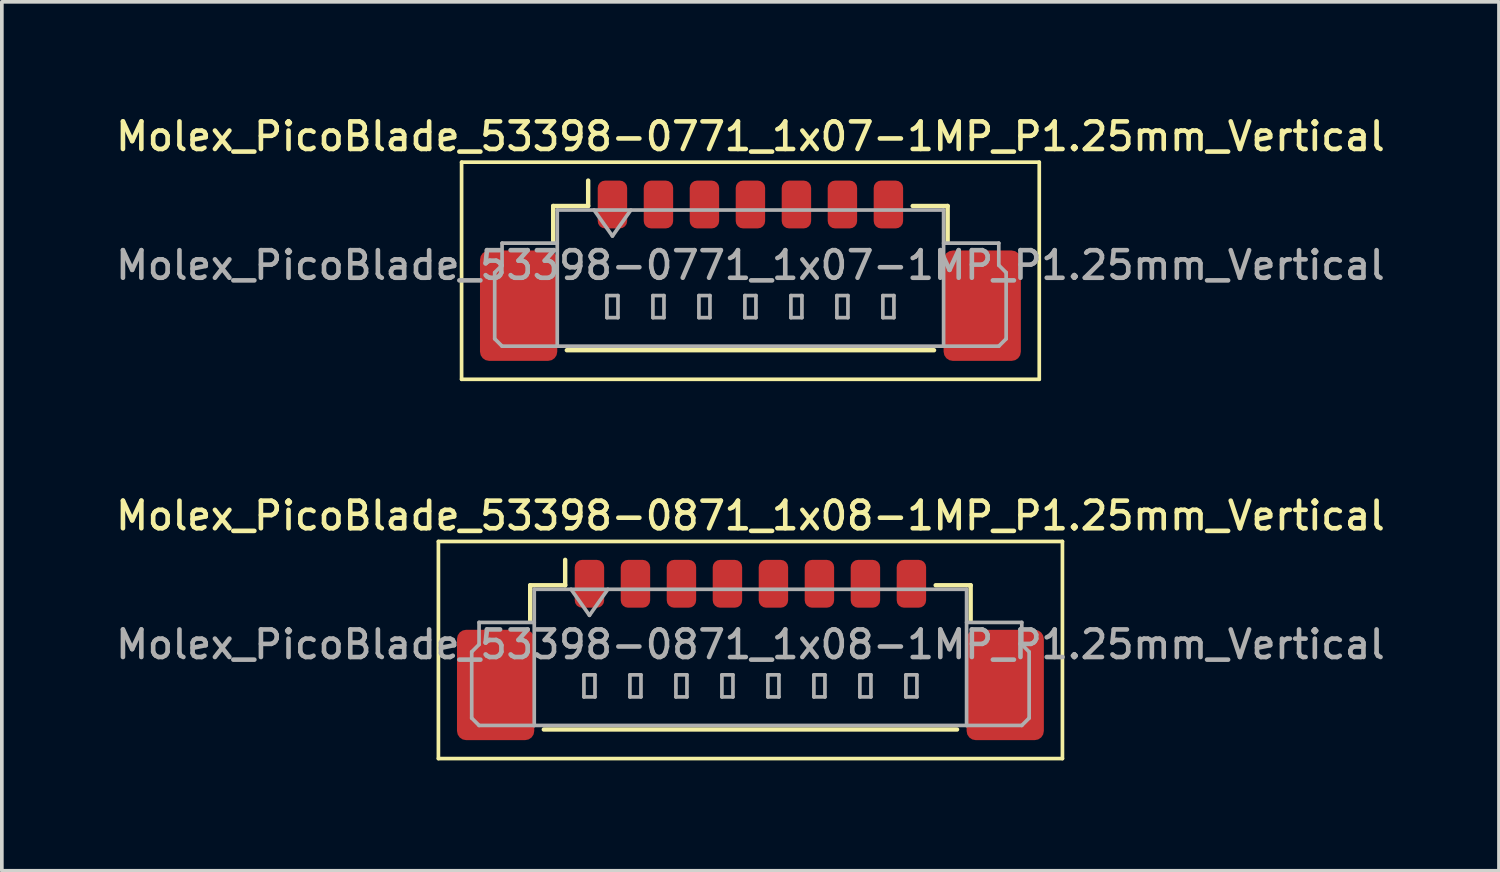
<source format=kicad_pcb>
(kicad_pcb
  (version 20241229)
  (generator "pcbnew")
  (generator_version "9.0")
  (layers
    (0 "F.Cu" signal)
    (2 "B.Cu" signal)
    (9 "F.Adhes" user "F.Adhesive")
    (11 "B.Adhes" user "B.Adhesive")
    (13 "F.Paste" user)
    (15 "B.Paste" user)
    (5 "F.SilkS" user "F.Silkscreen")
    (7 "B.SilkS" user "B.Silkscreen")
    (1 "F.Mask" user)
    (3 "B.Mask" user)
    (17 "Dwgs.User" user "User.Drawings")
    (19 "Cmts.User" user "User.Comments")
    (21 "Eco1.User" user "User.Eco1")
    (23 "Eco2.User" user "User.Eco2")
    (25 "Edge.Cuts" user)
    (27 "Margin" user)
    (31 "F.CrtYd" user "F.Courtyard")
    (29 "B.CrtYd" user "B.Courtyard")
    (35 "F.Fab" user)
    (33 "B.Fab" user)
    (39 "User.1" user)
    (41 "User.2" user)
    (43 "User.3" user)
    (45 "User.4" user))
  (footprint "Molex_PicoBlade_53398-0771_1x07-1MP_P1.25mm_Vertical"
    (layer "F.Cu")
    (at 17.345 3.758)
    (property "Reference" "Molex_PicoBlade_53398-0771_1x07-1MP_P1.25mm_Vertical" (at 0 -3.1 0) (layer "F.SilkS") (effects (font (size 0.75 0.75) (thickness 0.125))))
    (attr smd)
    (fp_line (start -7.85 -2.4) (end -7.85 3.5) (stroke (width 0.1) (type solid)) (layer "F.SilkS"))
    (fp_line (start -7.85 3.5) (end 7.85 3.5) (stroke (width 0.1) (type solid)) (layer "F.SilkS"))
    (fp_line (start -5.36 -1.21) (end -4.41 -1.21) (stroke (width 0.12) (type solid)) (layer "F.SilkS"))
    (fp_line (start -5.36 -0.26) (end -5.36 -1.21) (stroke (width 0.12) (type solid)) (layer "F.SilkS"))
    (fp_line (start -4.99 2.71) (end 4.99 2.71) (stroke (width 0.12) (type solid)) (layer "F.SilkS"))
    (fp_line (start -4.41 -1.21) (end -4.41 -1.9) (stroke (width 0.12) (type solid)) (layer "F.SilkS"))
    (fp_line (start 5.36 -1.21) (end 4.41 -1.21) (stroke (width 0.12) (type solid)) (layer "F.SilkS"))
    (fp_line (start 5.36 -0.26) (end 5.36 -1.21) (stroke (width 0.12) (type solid)) (layer "F.SilkS"))
    (fp_line (start 7.85 -2.4) (end -7.85 -2.4) (stroke (width 0.1) (type solid)) (layer "F.SilkS"))
    (fp_line (start 7.85 3.5) (end 7.85 -2.4) (stroke (width 0.1) (type solid)) (layer "F.SilkS"))
    (fp_line (start -6.95 0.6) (end -6.75 0.4) (stroke (width 0.1) (type solid)) (layer "F.Fab"))
    (fp_line (start -6.95 2.4) (end -6.95 0.6) (stroke (width 0.1) (type solid)) (layer "F.Fab"))
    (fp_line (start -6.75 -0.2) (end -5.25 -0.2) (stroke (width 0.1) (type solid)) (layer "F.Fab"))
    (fp_line (start -6.75 0.4) (end -6.75 -0.2) (stroke (width 0.1) (type solid)) (layer "F.Fab"))
    (fp_line (start -6.75 2.6) (end -6.95 2.4) (stroke (width 0.1) (type solid)) (layer "F.Fab"))
    (fp_line (start -5.25 -1.1) (end -5.25 2.6) (stroke (width 0.1) (type solid)) (layer "F.Fab"))
    (fp_line (start -5.25 -1.1) (end 5.25 -1.1) (stroke (width 0.1) (type solid)) (layer "F.Fab"))
    (fp_line (start -5.25 2.6) (end -6.75 2.6) (stroke (width 0.1) (type solid)) (layer "F.Fab"))
    (fp_line (start -5.25 2.6) (end 5.25 2.6) (stroke (width 0.1) (type solid)) (layer "F.Fab"))
    (fp_line (start -4.25 -1.1) (end -3.75 -0.393) (stroke (width 0.1) (type solid)) (layer "F.Fab"))
    (fp_line (start -3.9 1.225) (end -3.9 1.825) (stroke (width 0.1) (type solid)) (layer "F.Fab"))
    (fp_line (start -3.9 1.825) (end -3.6 1.825) (stroke (width 0.1) (type solid)) (layer "F.Fab"))
    (fp_line (start -3.75 -0.393) (end -3.25 -1.1) (stroke (width 0.1) (type solid)) (layer "F.Fab"))
    (fp_line (start -3.6 1.225) (end -3.9 1.225) (stroke (width 0.1) (type solid)) (layer "F.Fab"))
    (fp_line (start -3.6 1.825) (end -3.6 1.225) (stroke (width 0.1) (type solid)) (layer "F.Fab"))
    (fp_line (start -2.65 1.225) (end -2.65 1.825) (stroke (width 0.1) (type solid)) (layer "F.Fab"))
    (fp_line (start -2.65 1.825) (end -2.35 1.825) (stroke (width 0.1) (type solid)) (layer "F.Fab"))
    (fp_line (start -2.35 1.225) (end -2.65 1.225) (stroke (width 0.1) (type solid)) (layer "F.Fab"))
    (fp_line (start -2.35 1.825) (end -2.35 1.225) (stroke (width 0.1) (type solid)) (layer "F.Fab"))
    (fp_line (start -1.4 1.225) (end -1.4 1.825) (stroke (width 0.1) (type solid)) (layer "F.Fab"))
    (fp_line (start -1.4 1.825) (end -1.1 1.825) (stroke (width 0.1) (type solid)) (layer "F.Fab"))
    (fp_line (start -1.1 1.225) (end -1.4 1.225) (stroke (width 0.1) (type solid)) (layer "F.Fab"))
    (fp_line (start -1.1 1.825) (end -1.1 1.225) (stroke (width 0.1) (type solid)) (layer "F.Fab"))
    (fp_line (start -0.15 1.225) (end -0.15 1.825) (stroke (width 0.1) (type solid)) (layer "F.Fab"))
    (fp_line (start -0.15 1.825) (end 0.15 1.825) (stroke (width 0.1) (type solid)) (layer "F.Fab"))
    (fp_line (start 0.15 1.225) (end -0.15 1.225) (stroke (width 0.1) (type solid)) (layer "F.Fab"))
    (fp_line (start 0.15 1.825) (end 0.15 1.225) (stroke (width 0.1) (type solid)) (layer "F.Fab"))
    (fp_line (start 1.1 1.225) (end 1.1 1.825) (stroke (width 0.1) (type solid)) (layer "F.Fab"))
    (fp_line (start 1.1 1.825) (end 1.4 1.825) (stroke (width 0.1) (type solid)) (layer "F.Fab"))
    (fp_line (start 1.4 1.225) (end 1.1 1.225) (stroke (width 0.1) (type solid)) (layer "F.Fab"))
    (fp_line (start 1.4 1.825) (end 1.4 1.225) (stroke (width 0.1) (type solid)) (layer "F.Fab"))
    (fp_line (start 2.35 1.225) (end 2.35 1.825) (stroke (width 0.1) (type solid)) (layer "F.Fab"))
    (fp_line (start 2.35 1.825) (end 2.65 1.825) (stroke (width 0.1) (type solid)) (layer "F.Fab"))
    (fp_line (start 2.65 1.225) (end 2.35 1.225) (stroke (width 0.1) (type solid)) (layer "F.Fab"))
    (fp_line (start 2.65 1.825) (end 2.65 1.225) (stroke (width 0.1) (type solid)) (layer "F.Fab"))
    (fp_line (start 3.6 1.225) (end 3.6 1.825) (stroke (width 0.1) (type solid)) (layer "F.Fab"))
    (fp_line (start 3.6 1.825) (end 3.9 1.825) (stroke (width 0.1) (type solid)) (layer "F.Fab"))
    (fp_line (start 3.9 1.225) (end 3.6 1.225) (stroke (width 0.1) (type solid)) (layer "F.Fab"))
    (fp_line (start 3.9 1.825) (end 3.9 1.225) (stroke (width 0.1) (type solid)) (layer "F.Fab"))
    (fp_line (start 5.25 -1.1) (end 5.25 2.6) (stroke (width 0.1) (type solid)) (layer "F.Fab"))
    (fp_line (start 5.25 2.6) (end 6.75 2.6) (stroke (width 0.1) (type solid)) (layer "F.Fab"))
    (fp_line (start 6.75 -0.2) (end 5.25 -0.2) (stroke (width 0.1) (type solid)) (layer "F.Fab"))
    (fp_line (start 6.75 0.4) (end 6.75 -0.2) (stroke (width 0.1) (type solid)) (layer "F.Fab"))
    (fp_line (start 6.75 2.6) (end 6.95 2.4) (stroke (width 0.1) (type solid)) (layer "F.Fab"))
    (fp_line (start 6.95 0.6) (end 6.75 0.4) (stroke (width 0.1) (type solid)) (layer "F.Fab"))
    (fp_line (start 6.95 2.4) (end 6.95 0.6) (stroke (width 0.1) (type solid)) (layer "F.Fab"))
    (fp_text user "${REFERENCE}" (at 0 0.4 0) (layer "F.Fab") (effects (font (size 0.75 0.75) (thickness 0.125))))
    (pad "1" smd roundrect (at -3.75 -1.25) (size 0.8 1.3) (layers "F.Cu" "F.Mask" "F.Paste") (roundrect_rratio 0.25))
    (pad "2" smd roundrect (at -2.5 -1.25) (size 0.8 1.3) (layers "F.Cu" "F.Mask" "F.Paste") (roundrect_rratio 0.25))
    (pad "3" smd roundrect (at -1.25 -1.25) (size 0.8 1.3) (layers "F.Cu" "F.Mask" "F.Paste") (roundrect_rratio 0.25))
    (pad "4" smd roundrect (at 0 -1.25) (size 0.8 1.3) (layers "F.Cu" "F.Mask" "F.Paste") (roundrect_rratio 0.25))
    (pad "5" smd roundrect (at 1.25 -1.25) (size 0.8 1.3) (layers "F.Cu" "F.Mask" "F.Paste") (roundrect_rratio 0.25))
    (pad "6" smd roundrect (at 2.5 -1.25) (size 0.8 1.3) (layers "F.Cu" "F.Mask" "F.Paste") (roundrect_rratio 0.25))
    (pad "7" smd roundrect (at 3.75 -1.25) (size 0.8 1.3) (layers "F.Cu" "F.Mask" "F.Paste") (roundrect_rratio 0.25))
    (pad "MP" smd roundrect (at -6.3 1.5) (size 2.1 3) (layers "F.Cu" "F.Mask" "F.Paste") (roundrect_rratio 0.119))
    (pad "MP" smd roundrect (at 6.3 1.5) (size 2.1 3) (layers "F.Cu" "F.Mask" "F.Paste") (roundrect_rratio 0.119)))
  (footprint "Molex_PicoBlade_53398-0871_1x08-1MP_P1.25mm_Vertical"
    (layer "F.Cu")
    (at 17.345 14.066)
    (property "Reference" "Molex_PicoBlade_53398-0871_1x08-1MP_P1.25mm_Vertical" (at 0 -3.1 0) (layer "F.SilkS") (effects (font (size 0.75 0.75) (thickness 0.125))))
    (attr smd)
    (fp_line (start -8.48 -2.4) (end -8.48 3.5) (stroke (width 0.1) (type solid)) (layer "F.SilkS"))
    (fp_line (start -8.48 3.5) (end 8.48 3.5) (stroke (width 0.1) (type solid)) (layer "F.SilkS"))
    (fp_line (start -5.985 -1.21) (end -5.035 -1.21) (stroke (width 0.12) (type solid)) (layer "F.SilkS"))
    (fp_line (start -5.985 -0.26) (end -5.985 -1.21) (stroke (width 0.12) (type solid)) (layer "F.SilkS"))
    (fp_line (start -5.615 2.71) (end 5.615 2.71) (stroke (width 0.12) (type solid)) (layer "F.SilkS"))
    (fp_line (start -5.035 -1.21) (end -5.035 -1.9) (stroke (width 0.12) (type solid)) (layer "F.SilkS"))
    (fp_line (start 5.985 -1.21) (end 5.035 -1.21) (stroke (width 0.12) (type solid)) (layer "F.SilkS"))
    (fp_line (start 5.985 -0.26) (end 5.985 -1.21) (stroke (width 0.12) (type solid)) (layer "F.SilkS"))
    (fp_line (start 8.48 -2.4) (end -8.48 -2.4) (stroke (width 0.1) (type solid)) (layer "F.SilkS"))
    (fp_line (start 8.48 3.5) (end 8.48 -2.4) (stroke (width 0.1) (type solid)) (layer "F.SilkS"))
    (fp_line (start -7.575 0.6) (end -7.375 0.4) (stroke (width 0.1) (type solid)) (layer "F.Fab"))
    (fp_line (start -7.575 2.4) (end -7.575 0.6) (stroke (width 0.1) (type solid)) (layer "F.Fab"))
    (fp_line (start -7.375 -0.2) (end -5.875 -0.2) (stroke (width 0.1) (type solid)) (layer "F.Fab"))
    (fp_line (start -7.375 0.4) (end -7.375 -0.2) (stroke (width 0.1) (type solid)) (layer "F.Fab"))
    (fp_line (start -7.375 2.6) (end -7.575 2.4) (stroke (width 0.1) (type solid)) (layer "F.Fab"))
    (fp_line (start -5.875 -1.1) (end -5.875 2.6) (stroke (width 0.1) (type solid)) (layer "F.Fab"))
    (fp_line (start -5.875 -1.1) (end 5.875 -1.1) (stroke (width 0.1) (type solid)) (layer "F.Fab"))
    (fp_line (start -5.875 2.6) (end -7.375 2.6) (stroke (width 0.1) (type solid)) (layer "F.Fab"))
    (fp_line (start -5.875 2.6) (end 5.875 2.6) (stroke (width 0.1) (type solid)) (layer "F.Fab"))
    (fp_line (start -4.875 -1.1) (end -4.375 -0.393) (stroke (width 0.1) (type solid)) (layer "F.Fab"))
    (fp_line (start -4.525 1.225) (end -4.525 1.825) (stroke (width 0.1) (type solid)) (layer "F.Fab"))
    (fp_line (start -4.525 1.825) (end -4.225 1.825) (stroke (width 0.1) (type solid)) (layer "F.Fab"))
    (fp_line (start -4.375 -0.393) (end -3.875 -1.1) (stroke (width 0.1) (type solid)) (layer "F.Fab"))
    (fp_line (start -4.225 1.225) (end -4.525 1.225) (stroke (width 0.1) (type solid)) (layer "F.Fab"))
    (fp_line (start -4.225 1.825) (end -4.225 1.225) (stroke (width 0.1) (type solid)) (layer "F.Fab"))
    (fp_line (start -3.275 1.225) (end -3.275 1.825) (stroke (width 0.1) (type solid)) (layer "F.Fab"))
    (fp_line (start -3.275 1.825) (end -2.975 1.825) (stroke (width 0.1) (type solid)) (layer "F.Fab"))
    (fp_line (start -2.975 1.225) (end -3.275 1.225) (stroke (width 0.1) (type solid)) (layer "F.Fab"))
    (fp_line (start -2.975 1.825) (end -2.975 1.225) (stroke (width 0.1) (type solid)) (layer "F.Fab"))
    (fp_line (start -2.025 1.225) (end -2.025 1.825) (stroke (width 0.1) (type solid)) (layer "F.Fab"))
    (fp_line (start -2.025 1.825) (end -1.725 1.825) (stroke (width 0.1) (type solid)) (layer "F.Fab"))
    (fp_line (start -1.725 1.225) (end -2.025 1.225) (stroke (width 0.1) (type solid)) (layer "F.Fab"))
    (fp_line (start -1.725 1.825) (end -1.725 1.225) (stroke (width 0.1) (type solid)) (layer "F.Fab"))
    (fp_line (start -0.775 1.225) (end -0.775 1.825) (stroke (width 0.1) (type solid)) (layer "F.Fab"))
    (fp_line (start -0.775 1.825) (end -0.475 1.825) (stroke (width 0.1) (type solid)) (layer "F.Fab"))
    (fp_line (start -0.475 1.225) (end -0.775 1.225) (stroke (width 0.1) (type solid)) (layer "F.Fab"))
    (fp_line (start -0.475 1.825) (end -0.475 1.225) (stroke (width 0.1) (type solid)) (layer "F.Fab"))
    (fp_line (start 0.475 1.225) (end 0.475 1.825) (stroke (width 0.1) (type solid)) (layer "F.Fab"))
    (fp_line (start 0.475 1.825) (end 0.775 1.825) (stroke (width 0.1) (type solid)) (layer "F.Fab"))
    (fp_line (start 0.775 1.225) (end 0.475 1.225) (stroke (width 0.1) (type solid)) (layer "F.Fab"))
    (fp_line (start 0.775 1.825) (end 0.775 1.225) (stroke (width 0.1) (type solid)) (layer "F.Fab"))
    (fp_line (start 1.725 1.225) (end 1.725 1.825) (stroke (width 0.1) (type solid)) (layer "F.Fab"))
    (fp_line (start 1.725 1.825) (end 2.025 1.825) (stroke (width 0.1) (type solid)) (layer "F.Fab"))
    (fp_line (start 2.025 1.225) (end 1.725 1.225) (stroke (width 0.1) (type solid)) (layer "F.Fab"))
    (fp_line (start 2.025 1.825) (end 2.025 1.225) (stroke (width 0.1) (type solid)) (layer "F.Fab"))
    (fp_line (start 2.975 1.225) (end 2.975 1.825) (stroke (width 0.1) (type solid)) (layer "F.Fab"))
    (fp_line (start 2.975 1.825) (end 3.275 1.825) (stroke (width 0.1) (type solid)) (layer "F.Fab"))
    (fp_line (start 3.275 1.225) (end 2.975 1.225) (stroke (width 0.1) (type solid)) (layer "F.Fab"))
    (fp_line (start 3.275 1.825) (end 3.275 1.225) (stroke (width 0.1) (type solid)) (layer "F.Fab"))
    (fp_line (start 4.225 1.225) (end 4.225 1.825) (stroke (width 0.1) (type solid)) (layer "F.Fab"))
    (fp_line (start 4.225 1.825) (end 4.525 1.825) (stroke (width 0.1) (type solid)) (layer "F.Fab"))
    (fp_line (start 4.525 1.225) (end 4.225 1.225) (stroke (width 0.1) (type solid)) (layer "F.Fab"))
    (fp_line (start 4.525 1.825) (end 4.525 1.225) (stroke (width 0.1) (type solid)) (layer "F.Fab"))
    (fp_line (start 5.875 -1.1) (end 5.875 2.6) (stroke (width 0.1) (type solid)) (layer "F.Fab"))
    (fp_line (start 5.875 2.6) (end 7.375 2.6) (stroke (width 0.1) (type solid)) (layer "F.Fab"))
    (fp_line (start 7.375 -0.2) (end 5.875 -0.2) (stroke (width 0.1) (type solid)) (layer "F.Fab"))
    (fp_line (start 7.375 0.4) (end 7.375 -0.2) (stroke (width 0.1) (type solid)) (layer "F.Fab"))
    (fp_line (start 7.375 2.6) (end 7.575 2.4) (stroke (width 0.1) (type solid)) (layer "F.Fab"))
    (fp_line (start 7.575 0.6) (end 7.375 0.4) (stroke (width 0.1) (type solid)) (layer "F.Fab"))
    (fp_line (start 7.575 2.4) (end 7.575 0.6) (stroke (width 0.1) (type solid)) (layer "F.Fab"))
    (fp_text user "${REFERENCE}" (at 0 0.4 0) (layer "F.Fab") (effects (font (size 0.75 0.75) (thickness 0.125))))
    (pad "1" smd roundrect (at -4.375 -1.25) (size 0.8 1.3) (layers "F.Cu" "F.Mask" "F.Paste") (roundrect_rratio 0.25))
    (pad "2" smd roundrect (at -3.125 -1.25) (size 0.8 1.3) (layers "F.Cu" "F.Mask" "F.Paste") (roundrect_rratio 0.25))
    (pad "3" smd roundrect (at -1.875 -1.25) (size 0.8 1.3) (layers "F.Cu" "F.Mask" "F.Paste") (roundrect_rratio 0.25))
    (pad "4" smd roundrect (at -0.625 -1.25) (size 0.8 1.3) (layers "F.Cu" "F.Mask" "F.Paste") (roundrect_rratio 0.25))
    (pad "5" smd roundrect (at 0.625 -1.25) (size 0.8 1.3) (layers "F.Cu" "F.Mask" "F.Paste") (roundrect_rratio 0.25))
    (pad "6" smd roundrect (at 1.875 -1.25) (size 0.8 1.3) (layers "F.Cu" "F.Mask" "F.Paste") (roundrect_rratio 0.25))
    (pad "7" smd roundrect (at 3.125 -1.25) (size 0.8 1.3) (layers "F.Cu" "F.Mask" "F.Paste") (roundrect_rratio 0.25))
    (pad "8" smd roundrect (at 4.375 -1.25) (size 0.8 1.3) (layers "F.Cu" "F.Mask" "F.Paste") (roundrect_rratio 0.25))
    (pad "MP" smd roundrect (at -6.925 1.5) (size 2.1 3) (layers "F.Cu" "F.Mask" "F.Paste") (roundrect_rratio 0.119))
    (pad "MP" smd roundrect (at 6.925 1.5) (size 2.1 3) (layers "F.Cu" "F.Mask" "F.Paste") (roundrect_rratio 0.119)))
  (gr_rect
    (start -3 -3)
    (end 37.689 20.616)
    (stroke (width 0.1) (type default))
    (fill no)
    (layer "Edge.Cuts")))
</source>
